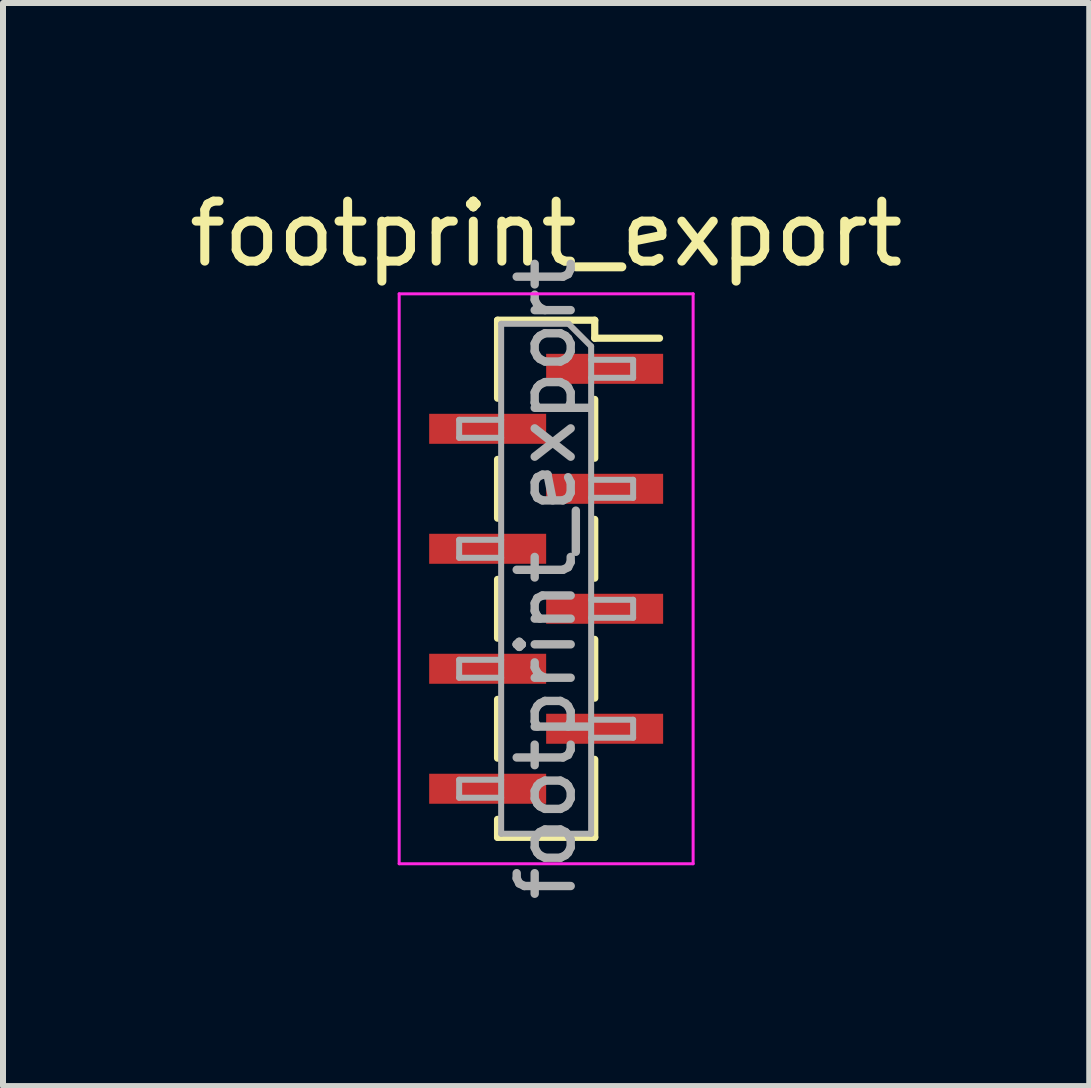
<source format=kicad_pcb>
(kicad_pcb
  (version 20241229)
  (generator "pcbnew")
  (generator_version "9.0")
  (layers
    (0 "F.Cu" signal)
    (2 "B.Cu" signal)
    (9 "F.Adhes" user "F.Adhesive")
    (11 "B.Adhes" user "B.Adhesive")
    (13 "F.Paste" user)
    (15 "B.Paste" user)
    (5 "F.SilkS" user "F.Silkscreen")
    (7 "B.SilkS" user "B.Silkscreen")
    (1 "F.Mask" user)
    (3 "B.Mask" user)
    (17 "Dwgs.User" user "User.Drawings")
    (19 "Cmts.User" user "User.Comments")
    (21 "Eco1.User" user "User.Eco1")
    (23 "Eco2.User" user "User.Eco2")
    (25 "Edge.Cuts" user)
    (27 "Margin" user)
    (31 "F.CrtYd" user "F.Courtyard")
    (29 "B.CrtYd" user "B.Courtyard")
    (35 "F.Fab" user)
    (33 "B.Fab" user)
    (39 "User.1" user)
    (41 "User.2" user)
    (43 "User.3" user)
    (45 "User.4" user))
  (footprint "footprint_export"
    (layer "F.Cu")
    (at 6.054 6.598)
    (property "Reference" "footprint_export" (at 0 -5.75 0) (layer "F.SilkS") (effects (font (size 1 1) (thickness 0.15))))
    (attr smd)
    (fp_line (start -0.81 -4.31) (end -0.81 -3.01) (stroke (width 0.12) (type solid)) (layer "F.SilkS"))
    (fp_line (start -0.81 -4.31) (end 0.81 -4.31) (stroke (width 0.12) (type solid)) (layer "F.SilkS"))
    (fp_line (start -0.81 -1.99) (end -0.81 -1.01) (stroke (width 0.12) (type solid)) (layer "F.SilkS"))
    (fp_line (start -0.81 0.01) (end -0.81 0.99) (stroke (width 0.12) (type solid)) (layer "F.SilkS"))
    (fp_line (start -0.81 2.01) (end -0.81 2.99) (stroke (width 0.12) (type solid)) (layer "F.SilkS"))
    (fp_line (start -0.81 4.01) (end -0.81 4.31) (stroke (width 0.12) (type solid)) (layer "F.SilkS"))
    (fp_line (start -0.81 4.31) (end 0.81 4.31) (stroke (width 0.12) (type solid)) (layer "F.SilkS"))
    (fp_line (start 0.81 -4.31) (end 0.81 -4.01) (stroke (width 0.12) (type solid)) (layer "F.SilkS"))
    (fp_line (start 0.81 -4.01) (end 1.89 -4.01) (stroke (width 0.12) (type solid)) (layer "F.SilkS"))
    (fp_line (start 0.81 -2.99) (end 0.81 -2.01) (stroke (width 0.12) (type solid)) (layer "F.SilkS"))
    (fp_line (start 0.81 -0.99) (end 0.81 -0.01) (stroke (width 0.12) (type solid)) (layer "F.SilkS"))
    (fp_line (start 0.81 1.01) (end 0.81 1.99) (stroke (width 0.12) (type solid)) (layer "F.SilkS"))
    (fp_line (start 0.81 3.01) (end 0.81 4.31) (stroke (width 0.12) (type solid)) (layer "F.SilkS"))
    (fp_line (start -2.45 -4.75) (end 2.45 -4.75) (stroke (width 0.05) (type solid)) (layer "F.CrtYd"))
    (fp_line (start -2.45 4.75) (end -2.45 -4.75) (stroke (width 0.05) (type solid)) (layer "F.CrtYd"))
    (fp_line (start 2.45 -4.75) (end 2.45 4.75) (stroke (width 0.05) (type solid)) (layer "F.CrtYd"))
    (fp_line (start 2.45 4.75) (end -2.45 4.75) (stroke (width 0.05) (type solid)) (layer "F.CrtYd"))
    (fp_line (start -1.45 -2.65) (end -0.75 -2.65) (stroke (width 0.1) (type solid)) (layer "F.Fab"))
    (fp_line (start -1.45 -2.35) (end -1.45 -2.65) (stroke (width 0.1) (type solid)) (layer "F.Fab"))
    (fp_line (start -1.45 -0.65) (end -0.75 -0.65) (stroke (width 0.1) (type solid)) (layer "F.Fab"))
    (fp_line (start -1.45 -0.35) (end -1.45 -0.65) (stroke (width 0.1) (type solid)) (layer "F.Fab"))
    (fp_line (start -1.45 1.35) (end -0.75 1.35) (stroke (width 0.1) (type solid)) (layer "F.Fab"))
    (fp_line (start -1.45 1.65) (end -1.45 1.35) (stroke (width 0.1) (type solid)) (layer "F.Fab"))
    (fp_line (start -1.45 3.35) (end -0.75 3.35) (stroke (width 0.1) (type solid)) (layer "F.Fab"))
    (fp_line (start -1.45 3.65) (end -1.45 3.35) (stroke (width 0.1) (type solid)) (layer "F.Fab"))
    (fp_line (start -0.75 -4.25) (end 0.375 -4.25) (stroke (width 0.1) (type solid)) (layer "F.Fab"))
    (fp_line (start -0.75 -2.35) (end -1.45 -2.35) (stroke (width 0.1) (type solid)) (layer "F.Fab"))
    (fp_line (start -0.75 -0.35) (end -1.45 -0.35) (stroke (width 0.1) (type solid)) (layer "F.Fab"))
    (fp_line (start -0.75 1.65) (end -1.45 1.65) (stroke (width 0.1) (type solid)) (layer "F.Fab"))
    (fp_line (start -0.75 3.65) (end -1.45 3.65) (stroke (width 0.1) (type solid)) (layer "F.Fab"))
    (fp_line (start -0.75 4.25) (end -0.75 -4.25) (stroke (width 0.1) (type solid)) (layer "F.Fab"))
    (fp_line (start 0.375 -4.25) (end 0.75 -3.875) (stroke (width 0.1) (type solid)) (layer "F.Fab"))
    (fp_line (start 0.75 -3.875) (end 0.75 4.25) (stroke (width 0.1) (type solid)) (layer "F.Fab"))
    (fp_line (start 0.75 -3.65) (end 1.45 -3.65) (stroke (width 0.1) (type solid)) (layer "F.Fab"))
    (fp_line (start 0.75 -1.65) (end 1.45 -1.65) (stroke (width 0.1) (type solid)) (layer "F.Fab"))
    (fp_line (start 0.75 0.35) (end 1.45 0.35) (stroke (width 0.1) (type solid)) (layer "F.Fab"))
    (fp_line (start 0.75 2.35) (end 1.45 2.35) (stroke (width 0.1) (type solid)) (layer "F.Fab"))
    (fp_line (start 0.75 4.25) (end -0.75 4.25) (stroke (width 0.1) (type solid)) (layer "F.Fab"))
    (fp_line (start 1.45 -3.65) (end 1.45 -3.35) (stroke (width 0.1) (type solid)) (layer "F.Fab"))
    (fp_line (start 1.45 -3.35) (end 0.75 -3.35) (stroke (width 0.1) (type solid)) (layer "F.Fab"))
    (fp_line (start 1.45 -1.65) (end 1.45 -1.35) (stroke (width 0.1) (type solid)) (layer "F.Fab"))
    (fp_line (start 1.45 -1.35) (end 0.75 -1.35) (stroke (width 0.1) (type solid)) (layer "F.Fab"))
    (fp_line (start 1.45 0.35) (end 1.45 0.65) (stroke (width 0.1) (type solid)) (layer "F.Fab"))
    (fp_line (start 1.45 0.65) (end 0.75 0.65) (stroke (width 0.1) (type solid)) (layer "F.Fab"))
    (fp_line (start 1.45 2.35) (end 1.45 2.65) (stroke (width 0.1) (type solid)) (layer "F.Fab"))
    (fp_line (start 1.45 2.65) (end 0.75 2.65) (stroke (width 0.1) (type solid)) (layer "F.Fab"))
    (fp_text user "${REFERENCE}" (at 0 0 90) (layer "F.Fab") (effects (font (size 0.9 0.9) (thickness 0.14))))
    (pad "1" smd rect (at 0.975 -3.5) (size 1.95 0.5) (layers "F.Cu" "F.Mask" "F.Paste"))
    (pad "2" smd rect (at -0.975 -2.5) (size 1.95 0.5) (layers "F.Cu" "F.Mask" "F.Paste"))
    (pad "3" smd rect (at 0.975 -1.5) (size 1.95 0.5) (layers "F.Cu" "F.Mask" "F.Paste"))
    (pad "4" smd rect (at -0.975 -0.5) (size 1.95 0.5) (layers "F.Cu" "F.Mask" "F.Paste"))
    (pad "5" smd rect (at 0.975 0.5) (size 1.95 0.5) (layers "F.Cu" "F.Mask" "F.Paste"))
    (pad "6" smd rect (at -0.975 1.5) (size 1.95 0.5) (layers "F.Cu" "F.Mask" "F.Paste"))
    (pad "7" smd rect (at 0.975 2.5) (size 1.95 0.5) (layers "F.Cu" "F.Mask" "F.Paste"))
    (pad "8" smd rect (at -0.975 3.5) (size 1.95 0.5) (layers "F.Cu" "F.Mask" "F.Paste")))
  (gr_rect
    (start -3 -3)
    (end 15.107 15.054)
    (stroke (width 0.1) (type default))
    (fill no)
    (layer "Edge.Cuts")))
</source>
